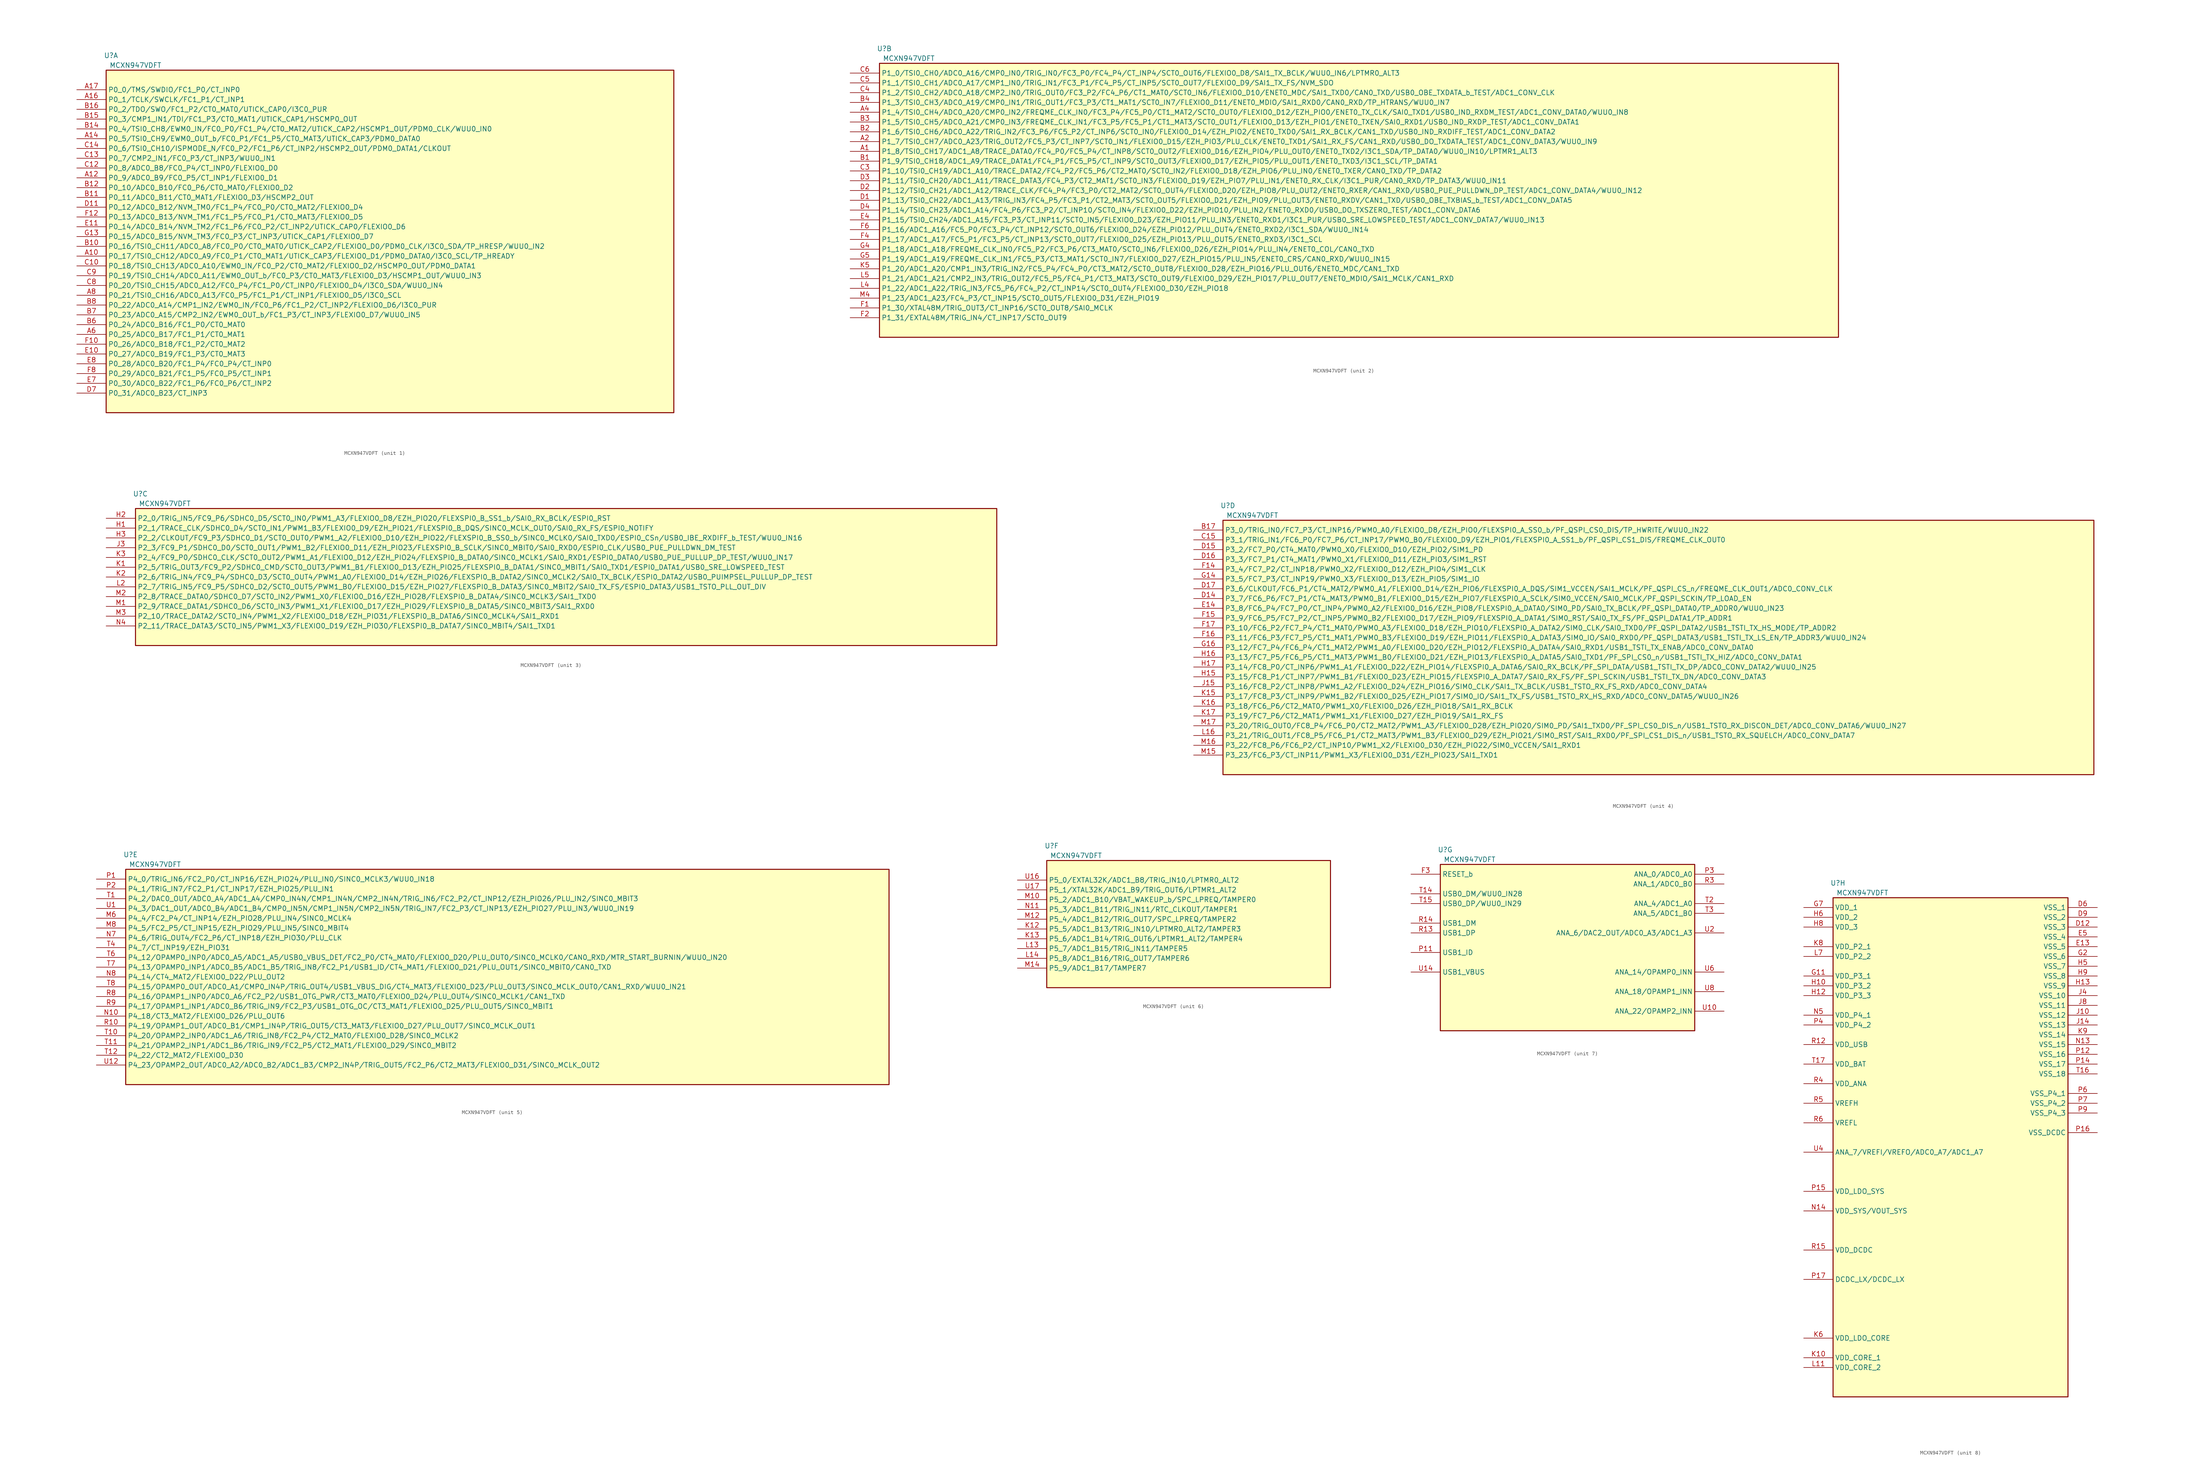
<source format=kicad_sym>
(kicad_symbol_lib
  (version 20231120)
  (generator "kicad_symbol_editor")
  (generator_version "8.0")
  (symbol "MCXN947VDFT"
    (property "Reference" "U"
      (at 1.27 3.81 0)
      (effects (font (size 1.27 1.27))))
    (property "Value" "MCXN947VDFT"
      (at 7.62 1.27 0)
      (effects (font (size 1.27 1.27))))
    (property "Datasheet" ""
      (at 0 0 0)
      (effects (font (size 1.27 1.27))))
    (symbol "MCXN947VDFT_1_0"
      (rectangle (start 147.32 0) (end 0 -88.9) (stroke (width 0.254) (type solid)) (fill (type background)))
      (pin passive line (at -7.62 -48.26 0) (length 7.62) (name "P0_17/TSI0_CH12/ADC0_A9/FC0_P1/CT0_MAT1/UTICK_CAP3/FLEXIO0_D1/PDM0_DATA0/I3C0_SCL/TP_HREADY" (effects (font (size 1.27 1.27)))) (number "A10" (effects (font (size 1.27 1.27)))))
      (pin passive line (at -7.62 -27.94 0) (length 7.62) (name "P0_9/ADC0_B9/FC0_P5/CT_INP1/FLEXIO0_D1" (effects (font (size 1.27 1.27)))) (number "A12" (effects (font (size 1.27 1.27)))))
      (pin passive line (at -7.62 -17.78 0) (length 7.62) (name "P0_5/TSI0_CH9/EWM0_OUT_b/FC0_P1/FC1_P5/CT0_MAT3/UTICK_CAP3/PDM0_DATA0" (effects (font (size 1.27 1.27)))) (number "A14" (effects (font (size 1.27 1.27)))))
      (pin passive line (at -7.62 -7.62 0) (length 7.62) (name "P0_1/TCLK/SWCLK/FC1_P1/CT_INP1" (effects (font (size 1.27 1.27)))) (number "A16" (effects (font (size 1.27 1.27)))))
      (pin passive line (at -7.62 -5.08 0) (length 7.62) (name "P0_0/TMS/SWDIO/FC1_P0/CT_INP0" (effects (font (size 1.27 1.27)))) (number "A17" (effects (font (size 1.27 1.27)))))
      (pin passive line (at -7.62 -68.58 0) (length 7.62) (name "P0_25/ADC0_B17/FC1_P1/CT0_MAT1" (effects (font (size 1.27 1.27)))) (number "A6" (effects (font (size 1.27 1.27)))))
      (pin passive line (at -7.62 -58.42 0) (length 7.62) (name "P0_21/TSI0_CH16/ADC0_A13/FC0_P5/FC1_P1/CT_INP1/FLEXIO0_D5/I3C0_SCL" (effects (font (size 1.27 1.27)))) (number "A8" (effects (font (size 1.27 1.27)))))
      (pin passive line (at -7.62 -45.72 0) (length 7.62) (name "P0_16/TSI0_CH11/ADC0_A8/FC0_P0/CT0_MAT0/UTICK_CAP2/FLEXIO0_D0/PDM0_CLK/I3C0_SDA/TP_HRESP/WUU0_IN2" (effects (font (size 1.27 1.27)))) (number "B10" (effects (font (size 1.27 1.27)))))
      (pin passive line (at -7.62 -33.02 0) (length 7.62) (name "P0_11/ADC0_B11/CT0_MAT1/FLEXIO0_D3/HSCMP2_OUT" (effects (font (size 1.27 1.27)))) (number "B11" (effects (font (size 1.27 1.27)))))
      (pin passive line (at -7.62 -30.48 0) (length 7.62) (name "P0_10/ADC0_B10/FC0_P6/CT0_MAT0/FLEXIO0_D2" (effects (font (size 1.27 1.27)))) (number "B12" (effects (font (size 1.27 1.27)))))
      (pin passive line (at -7.62 -15.24 0) (length 7.62) (name "P0_4/TSI0_CH8/EWM0_IN/FC0_P0/FC1_P4/CT0_MAT2/UTICK_CAP2/HSCMP1_OUT/PDM0_CLK/WUU0_IN0" (effects (font (size 1.27 1.27)))) (number "B14" (effects (font (size 1.27 1.27)))))
      (pin passive line (at -7.62 -12.7 0) (length 7.62) (name "P0_3/CMP1_IN1/TDI/FC1_P3/CT0_MAT1/UTICK_CAP1/HSCMP0_OUT" (effects (font (size 1.27 1.27)))) (number "B15" (effects (font (size 1.27 1.27)))))
      (pin passive line (at -7.62 -10.16 0) (length 7.62) (name "P0_2/TDO/SWO/FC1_P2/CT0_MAT0/UTICK_CAP0/I3C0_PUR" (effects (font (size 1.27 1.27)))) (number "B16" (effects (font (size 1.27 1.27)))))
      (pin passive line (at -7.62 -66.04 0) (length 7.62) (name "P0_24/ADC0_B16/FC1_P0/CT0_MAT0" (effects (font (size 1.27 1.27)))) (number "B6" (effects (font (size 1.27 1.27)))))
      (pin passive line (at -7.62 -63.5 0) (length 7.62) (name "P0_23/ADC0_A15/CMP2_IN2/EWM0_OUT_b/FC1_P3/CT_INP3/FLEXIO0_D7/WUU0_IN5" (effects (font (size 1.27 1.27)))) (number "B7" (effects (font (size 1.27 1.27)))))
      (pin passive line (at -7.62 -60.96 0) (length 7.62) (name "P0_22/ADC0_A14/CMP1_IN2/EWM0_IN/FC0_P6/FC1_P2/CT_INP2/FLEXIO0_D6/I3C0_PUR" (effects (font (size 1.27 1.27)))) (number "B8" (effects (font (size 1.27 1.27)))))
      (pin passive line (at -7.62 -50.8 0) (length 7.62) (name "P0_18/TSI0_CH13/ADC0_A10/EWM0_IN/FC0_P2/CT0_MAT2/FLEXIO0_D2/HSCMP0_OUT/PDM0_DATA1" (effects (font (size 1.27 1.27)))) (number "C10" (effects (font (size 1.27 1.27)))))
      (pin passive line (at -7.62 -25.4 0) (length 7.62) (name "P0_8/ADC0_B8/FC0_P4/CT_INP0/FLEXIO0_D0" (effects (font (size 1.27 1.27)))) (number "C12" (effects (font (size 1.27 1.27)))))
      (pin passive line (at -7.62 -22.86 0) (length 7.62) (name "P0_7/CMP2_IN1/FC0_P3/CT_INP3/WUU0_IN1" (effects (font (size 1.27 1.27)))) (number "C13" (effects (font (size 1.27 1.27)))))
      (pin passive line (at -7.62 -20.32 0) (length 7.62) (name "P0_6/TSI0_CH10/ISPMODE_N/FC0_P2/FC1_P6/CT_INP2/HSCMP2_OUT/PDM0_DATA1/CLKOUT" (effects (font (size 1.27 1.27)))) (number "C14" (effects (font (size 1.27 1.27)))))
      (pin passive line (at -7.62 -55.88 0) (length 7.62) (name "P0_20/TSI0_CH15/ADC0_A12/FC0_P4/FC1_P0/CT_INP0/FLEXIO0_D4/I3C0_SDA/WUU0_IN4" (effects (font (size 1.27 1.27)))) (number "C8" (effects (font (size 1.27 1.27)))))
      (pin passive line (at -7.62 -53.34 0) (length 7.62) (name "P0_19/TSI0_CH14/ADC0_A11/EWM0_OUT_b/FC0_P3/CT0_MAT3/FLEXIO0_D3/HSCMP1_OUT/WUU0_IN3" (effects (font (size 1.27 1.27)))) (number "C9" (effects (font (size 1.27 1.27)))))
      (pin passive line (at -7.62 -35.56 0) (length 7.62) (name "P0_12/ADC0_B12/NVM_TM0/FC1_P4/FC0_P0/CT0_MAT2/FLEXIO0_D4" (effects (font (size 1.27 1.27)))) (number "D11" (effects (font (size 1.27 1.27)))))
      (pin passive line (at -7.62 -83.82 0) (length 7.62) (name "P0_31/ADC0_B23/CT_INP3" (effects (font (size 1.27 1.27)))) (number "D7" (effects (font (size 1.27 1.27)))))
      (pin passive line (at -7.62 -73.66 0) (length 7.62) (name "P0_27/ADC0_B19/FC1_P3/CT0_MAT3" (effects (font (size 1.27 1.27)))) (number "E10" (effects (font (size 1.27 1.27)))))
      (pin passive line (at -7.62 -40.64 0) (length 7.62) (name "P0_14/ADC0_B14/NVM_TM2/FC1_P6/FC0_P2/CT_INP2/UTICK_CAP0/FLEXIO0_D6" (effects (font (size 1.27 1.27)))) (number "E11" (effects (font (size 1.27 1.27)))))
      (pin passive line (at -7.62 -81.28 0) (length 7.62) (name "P0_30/ADC0_B22/FC1_P6/FC0_P6/CT_INP2" (effects (font (size 1.27 1.27)))) (number "E7" (effects (font (size 1.27 1.27)))))
      (pin passive line (at -7.62 -76.2 0) (length 7.62) (name "P0_28/ADC0_B20/FC1_P4/FC0_P4/CT_INP0" (effects (font (size 1.27 1.27)))) (number "E8" (effects (font (size 1.27 1.27)))))
      (pin passive line (at -7.62 -71.12 0) (length 7.62) (name "P0_26/ADC0_B18/FC1_P2/CT0_MAT2" (effects (font (size 1.27 1.27)))) (number "F10" (effects (font (size 1.27 1.27)))))
      (pin passive line (at -7.62 -38.1 0) (length 7.62) (name "P0_13/ADC0_B13/NVM_TM1/FC1_P5/FC0_P1/CT0_MAT3/FLEXIO0_D5" (effects (font (size 1.27 1.27)))) (number "F12" (effects (font (size 1.27 1.27)))))
      (pin passive line (at -7.62 -78.74 0) (length 7.62) (name "P0_29/ADC0_B21/FC1_P5/FC0_P5/CT_INP1" (effects (font (size 1.27 1.27)))) (number "F8" (effects (font (size 1.27 1.27)))))
      (pin passive line (at -7.62 -43.18 0) (length 7.62) (name "P0_15/ADC0_B15/NVM_TM3/FC0_P3/CT_INP3/UTICK_CAP1/FLEXIO0_D7" (effects (font (size 1.27 1.27)))) (number "G13" (effects (font (size 1.27 1.27))))))
    (symbol "MCXN947VDFT_2_0"
      (rectangle (start 248.92 0) (end 0 -71.12) (stroke (width 0.254) (type solid)) (fill (type background)))
      (pin passive line (at -7.62 -22.86 0) (length 7.62) (name "P1_8/TSI0_CH17/ADC1_A8/TRACE_DATA0/FC4_P0/FC5_P4/CT_INP8/SCT0_OUT2/FLEXIO0_D16/EZH_PIO4/PLU_OUT0/ENET0_TXD2/I3C1_SDA/TP_DATA0/WUU0_IN10/LPTMR1_ALT3" (effects (font (size 1.27 1.27)))) (number "A1" (effects (font (size 1.27 1.27)))))
      (pin passive line (at -7.62 -20.32 0) (length 7.62) (name "P1_7/TSI0_CH7/ADC0_A23/TRIG_OUT2/FC5_P3/CT_INP7/SCT0_IN1/FLEXIO0_D15/EZH_PIO3/PLU_CLK/ENET0_TXD1/SAI1_RX_FS/CAN1_RXD/USB0_DO_TXDATA_TEST/ADC1_CONV_DATA3/WUU0_IN9" (effects (font (size 1.27 1.27)))) (number "A2" (effects (font (size 1.27 1.27)))))
      (pin passive line (at -7.62 -12.7 0) (length 7.62) (name "P1_4/TSI0_CH4/ADC0_A20/CMP0_IN2/FREQME_CLK_IN0/FC3_P4/FC5_P0/CT1_MAT2/SCT0_OUT0/FLEXIO0_D12/EZH_PIO0/ENET0_TX_CLK/SAI0_TXD1/USB0_IND_RXDM_TEST/ADC1_CONV_DATA0/WUU0_IN8" (effects (font (size 1.27 1.27)))) (number "A4" (effects (font (size 1.27 1.27)))))
      (pin passive line (at -7.62 -25.4 0) (length 7.62) (name "P1_9/TSI0_CH18/ADC1_A9/TRACE_DATA1/FC4_P1/FC5_P5/CT_INP9/SCT0_OUT3/FLEXIO0_D17/EZH_PIO5/PLU_OUT1/ENET0_TXD3/I3C1_SCL/TP_DATA1" (effects (font (size 1.27 1.27)))) (number "B1" (effects (font (size 1.27 1.27)))))
      (pin passive line (at -7.62 -17.78 0) (length 7.62) (name "P1_6/TSI0_CH6/ADC0_A22/TRIG_IN2/FC3_P6/FC5_P2/CT_INP6/SCT0_IN0/FLEXIO0_D14/EZH_PIO2/ENET0_TXD0/SAI1_RX_BCLK/CAN1_TXD/USB0_IND_RXDIFF_TEST/ADC1_CONV_DATA2" (effects (font (size 1.27 1.27)))) (number "B2" (effects (font (size 1.27 1.27)))))
      (pin passive line (at -7.62 -15.24 0) (length 7.62) (name "P1_5/TSI0_CH5/ADC0_A21/CMP0_IN3/FREQME_CLK_IN1/FC3_P5/FC5_P1/CT1_MAT3/SCT0_OUT1/FLEXIO0_D13/EZH_PIO1/ENET0_TXEN/SAI0_RXD1/USB0_IND_RXDP_TEST/ADC1_CONV_DATA1" (effects (font (size 1.27 1.27)))) (number "B3" (effects (font (size 1.27 1.27)))))
      (pin passive line (at -7.62 -10.16 0) (length 7.62) (name "P1_3/TSI0_CH3/ADC0_A19/CMP0_IN1/TRIG_OUT1/FC3_P3/CT1_MAT1/SCT0_IN7/FLEXIO0_D11/ENET0_MDIO/SAI1_RXD0/CAN0_RXD/TP_HTRANS/WUU0_IN7" (effects (font (size 1.27 1.27)))) (number "B4" (effects (font (size 1.27 1.27)))))
      (pin passive line (at -7.62 -27.94 0) (length 7.62) (name "P1_10/TSI0_CH19/ADC1_A10/TRACE_DATA2/FC4_P2/FC5_P6/CT2_MAT0/SCT0_IN2/FLEXIO0_D18/EZH_PIO6/PLU_IN0/ENET0_TXER/CAN0_TXD/TP_DATA2" (effects (font (size 1.27 1.27)))) (number "C3" (effects (font (size 1.27 1.27)))))
      (pin passive line (at -7.62 -7.62 0) (length 7.62) (name "P1_2/TSI0_CH2/ADC0_A18/CMP2_IN0/TRIG_OUT0/FC3_P2/FC4_P6/CT1_MAT0/SCT0_IN6/FLEXIO0_D10/ENET0_MDC/SAI1_TXD0/CAN0_TXD/USB0_OBE_TXDATA_b_TEST/ADC1_CONV_CLK" (effects (font (size 1.27 1.27)))) (number "C4" (effects (font (size 1.27 1.27)))))
      (pin passive line (at -7.62 -5.08 0) (length 7.62) (name "P1_1/TSI0_CH1/ADC0_A17/CMP1_IN0/TRIG_IN1/FC3_P1/FC4_P5/CT_INP5/SCT0_OUT7/FLEXIO0_D9/SAI1_TX_FS/NVM_SDO" (effects (font (size 1.27 1.27)))) (number "C5" (effects (font (size 1.27 1.27)))))
      (pin passive line (at -7.62 -2.54 0) (length 7.62) (name "P1_0/TSI0_CH0/ADC0_A16/CMP0_IN0/TRIG_IN0/FC3_P0/FC4_P4/CT_INP4/SCT0_OUT6/FLEXIO0_D8/SAI1_TX_BCLK/WUU0_IN6/LPTMR0_ALT3" (effects (font (size 1.27 1.27)))) (number "C6" (effects (font (size 1.27 1.27)))))
      (pin passive line (at -7.62 -35.56 0) (length 7.62) (name "P1_13/TSI0_CH22/ADC1_A13/TRIG_IN3/FC4_P5/FC3_P1/CT2_MAT3/SCT0_OUT5/FLEXIO0_D21/EZH_PIO9/PLU_OUT3/ENET0_RXDV/CAN1_TXD/USB0_OBE_TXBIAS_b_TEST/ADC1_CONV_DATA5" (effects (font (size 1.27 1.27)))) (number "D1" (effects (font (size 1.27 1.27)))))
      (pin passive line (at -7.62 -33.02 0) (length 7.62) (name "P1_12/TSI0_CH21/ADC1_A12/TRACE_CLK/FC4_P4/FC3_P0/CT2_MAT2/SCT0_OUT4/FLEXIO0_D20/EZH_PIO8/PLU_OUT2/ENET0_RXER/CAN1_RXD/USB0_PUE_PULLDWN_DP_TEST/ADC1_CONV_DATA4/WUU0_IN12" (effects (font (size 1.27 1.27)))) (number "D2" (effects (font (size 1.27 1.27)))))
      (pin passive line (at -7.62 -30.48 0) (length 7.62) (name "P1_11/TSI0_CH20/ADC1_A11/TRACE_DATA3/FC4_P3/CT2_MAT1/SCT0_IN3/FLEXIO0_D19/EZH_PIO7/PLU_IN1/ENET0_RX_CLK/I3C1_PUR/CAN0_RXD/TP_DATA3/WUU0_IN11" (effects (font (size 1.27 1.27)))) (number "D3" (effects (font (size 1.27 1.27)))))
      (pin passive line (at -7.62 -38.1 0) (length 7.62) (name "P1_14/TSI0_CH23/ADC1_A14/FC4_P6/FC3_P2/CT_INP10/SCT0_IN4/FLEXIO0_D22/EZH_PIO10/PLU_IN2/ENET0_RXD0/USB0_DO_TXSZERO_TEST/ADC1_CONV_DATA6" (effects (font (size 1.27 1.27)))) (number "D4" (effects (font (size 1.27 1.27)))))
      (pin passive line (at -7.62 -40.64 0) (length 7.62) (name "P1_15/TSI0_CH24/ADC1_A15/FC3_P3/CT_INP11/SCT0_IN5/FLEXIO0_D23/EZH_PIO11/PLU_IN3/ENET0_RXD1/I3C1_PUR/USB0_SRE_LOWSPEED_TEST/ADC1_CONV_DATA7/WUU0_IN13" (effects (font (size 1.27 1.27)))) (number "E4" (effects (font (size 1.27 1.27)))))
      (pin passive line (at -7.62 -63.5 0) (length 7.62) (name "P1_30/XTAL48M/TRIG_OUT3/CT_INP16/SCT0_OUT8/SAI0_MCLK" (effects (font (size 1.27 1.27)))) (number "F1" (effects (font (size 1.27 1.27)))))
      (pin passive line (at -7.62 -66.04 0) (length 7.62) (name "P1_31/EXTAL48M/TRIG_IN4/CT_INP17/SCT0_OUT9" (effects (font (size 1.27 1.27)))) (number "F2" (effects (font (size 1.27 1.27)))))
      (pin passive line (at -7.62 -45.72 0) (length 7.62) (name "P1_17/ADC1_A17/FC5_P1/FC3_P5/CT_INP13/SCT0_OUT7/FLEXIO0_D25/EZH_PIO13/PLU_OUT5/ENET0_RXD3/I3C1_SCL" (effects (font (size 1.27 1.27)))) (number "F4" (effects (font (size 1.27 1.27)))))
      (pin passive line (at -7.62 -43.18 0) (length 7.62) (name "P1_16/ADC1_A16/FC5_P0/FC3_P4/CT_INP12/SCT0_OUT6/FLEXIO0_D24/EZH_PIO12/PLU_OUT4/ENET0_RXD2/I3C1_SDA/WUU0_IN14" (effects (font (size 1.27 1.27)))) (number "F6" (effects (font (size 1.27 1.27)))))
      (pin passive line (at -7.62 -48.26 0) (length 7.62) (name "P1_18/ADC1_A18/FREQME_CLK_IN0/FC5_P2/FC3_P6/CT3_MAT0/SCT0_IN6/FLEXIO0_D26/EZH_PIO14/PLU_IN4/ENET0_COL/CAN0_TXD" (effects (font (size 1.27 1.27)))) (number "G4" (effects (font (size 1.27 1.27)))))
      (pin passive line (at -7.62 -50.8 0) (length 7.62) (name "P1_19/ADC1_A19/FREQME_CLK_IN1/FC5_P3/CT3_MAT1/SCT0_IN7/FLEXIO0_D27/EZH_PIO15/PLU_IN5/ENET0_CRS/CAN0_RXD/WUU0_IN15" (effects (font (size 1.27 1.27)))) (number "G5" (effects (font (size 1.27 1.27)))))
      (pin passive line (at -7.62 -53.34 0) (length 7.62) (name "P1_20/ADC1_A20/CMP1_IN3/TRIG_IN2/FC5_P4/FC4_P0/CT3_MAT2/SCT0_OUT8/FLEXIO0_D28/EZH_PIO16/PLU_OUT6/ENET0_MDC/CAN1_TXD" (effects (font (size 1.27 1.27)))) (number "K5" (effects (font (size 1.27 1.27)))))
      (pin passive line (at -7.62 -58.42 0) (length 7.62) (name "P1_22/ADC1_A22/TRIG_IN3/FC5_P6/FC4_P2/CT_INP14/SCT0_OUT4/FLEXIO0_D30/EZH_PIO18" (effects (font (size 1.27 1.27)))) (number "L4" (effects (font (size 1.27 1.27)))))
      (pin passive line (at -7.62 -55.88 0) (length 7.62) (name "P1_21/ADC1_A21/CMP2_IN3/TRIG_OUT2/FC5_P5/FC4_P1/CT3_MAT3/SCT0_OUT9/FLEXIO0_D29/EZH_PIO17/PLU_OUT7/ENET0_MDIO/SAI1_MCLK/CAN1_RXD" (effects (font (size 1.27 1.27)))) (number "L5" (effects (font (size 1.27 1.27)))))
      (pin passive line (at -7.62 -60.96 0) (length 7.62) (name "P1_23/ADC1_A23/FC4_P3/CT_INP15/SCT0_OUT5/FLEXIO0_D31/EZH_PIO19" (effects (font (size 1.27 1.27)))) (number "M4" (effects (font (size 1.27 1.27))))))
    (symbol "MCXN947VDFT_3_0"
      (rectangle (start 223.52 0) (end 0 -35.56) (stroke (width 0.254) (type solid)) (fill (type background)))
      (pin passive line (at -7.62 -5.08 0) (length 7.62) (name "P2_1/TRACE_CLK/SDHC0_D4/SCT0_IN1/PWM1_B3/FLEXIO0_D9/EZH_PIO21/FLEXSPI0_B_DQS/SINC0_MCLK_OUT0/SAI0_RX_FS/ESPI0_NOTIFY" (effects (font (size 1.27 1.27)))) (number "H1" (effects (font (size 1.27 1.27)))))
      (pin passive line (at -7.62 -2.54 0) (length 7.62) (name "P2_0/TRIG_IN5/FC9_P6/SDHC0_D5/SCT0_IN0/PWM1_A3/FLEXIO0_D8/EZH_PIO20/FLEXSPI0_B_SS1_b/SAI0_RX_BCLK/ESPI0_RST" (effects (font (size 1.27 1.27)))) (number "H2" (effects (font (size 1.27 1.27)))))
      (pin passive line (at -7.62 -7.62 0) (length 7.62) (name "P2_2/CLKOUT/FC9_P3/SDHC0_D1/SCT0_OUT0/PWM1_A2/FLEXIO0_D10/EZH_PIO22/FLEXSPI0_B_SS0_b/SINC0_MCLK0/SAI0_TXD0/ESPI0_CSn/USB0_IBE_RXDIFF_b_TEST/WUU0_IN16" (effects (font (size 1.27 1.27)))) (number "H3" (effects (font (size 1.27 1.27)))))
      (pin passive line (at -7.62 -10.16 0) (length 7.62) (name "P2_3/FC9_P1/SDHC0_D0/SCT0_OUT1/PWM1_B2/FLEXIO0_D11/EZH_PIO23/FLEXSPI0_B_SCLK/SINC0_MBIT0/SAI0_RXD0/ESPI0_CLK/USB0_PUE_PULLDWN_DM_TEST" (effects (font (size 1.27 1.27)))) (number "J3" (effects (font (size 1.27 1.27)))))
      (pin passive line (at -7.62 -15.24 0) (length 7.62) (name "P2_5/TRIG_OUT3/FC9_P2/SDHC0_CMD/SCT0_OUT3/PWM1_B1/FLEXIO0_D13/EZH_PIO25/FLEXSPI0_B_DATA1/SINC0_MBIT1/SAI0_TXD1/ESPI0_DATA1/USB0_SRE_LOWSPEED_TEST" (effects (font (size 1.27 1.27)))) (number "K1" (effects (font (size 1.27 1.27)))))
      (pin passive line (at -7.62 -17.78 0) (length 7.62) (name "P2_6/TRIG_IN4/FC9_P4/SDHC0_D3/SCT0_OUT4/PWM1_A0/FLEXIO0_D14/EZH_PIO26/FLEXSPI0_B_DATA2/SINC0_MCLK2/SAI0_TX_BCLK/ESPI0_DATA2/USB0_PUIMPSEL_PULLUP_DP_TEST" (effects (font (size 1.27 1.27)))) (number "K2" (effects (font (size 1.27 1.27)))))
      (pin passive line (at -7.62 -12.7 0) (length 7.62) (name "P2_4/FC9_P0/SDHC0_CLK/SCT0_OUT2/PWM1_A1/FLEXIO0_D12/EZH_PIO24/FLEXSPI0_B_DATA0/SINC0_MCLK1/SAI0_RXD1/ESPI0_DATA0/USB0_PUE_PULLUP_DP_TEST/WUU0_IN17" (effects (font (size 1.27 1.27)))) (number "K3" (effects (font (size 1.27 1.27)))))
      (pin passive line (at -7.62 -20.32 0) (length 7.62) (name "P2_7/TRIG_IN5/FC9_P5/SDHC0_D2/SCT0_OUT5/PWM1_B0/FLEXIO0_D15/EZH_PIO27/FLEXSPI0_B_DATA3/SINC0_MBIT2/SAI0_TX_FS/ESPI0_DATA3/USB1_TSTO_PLL_OUT_DIV" (effects (font (size 1.27 1.27)))) (number "L2" (effects (font (size 1.27 1.27)))))
      (pin passive line (at -7.62 -25.4 0) (length 7.62) (name "P2_9/TRACE_DATA1/SDHC0_D6/SCT0_IN3/PWM1_X1/FLEXIO0_D17/EZH_PIO29/FLEXSPI0_B_DATA5/SINC0_MBIT3/SAI1_RXD0" (effects (font (size 1.27 1.27)))) (number "M1" (effects (font (size 1.27 1.27)))))
      (pin passive line (at -7.62 -22.86 0) (length 7.62) (name "P2_8/TRACE_DATA0/SDHC0_D7/SCT0_IN2/PWM1_X0/FLEXIO0_D16/EZH_PIO28/FLEXSPI0_B_DATA4/SINC0_MCLK3/SAI1_TXD0" (effects (font (size 1.27 1.27)))) (number "M2" (effects (font (size 1.27 1.27)))))
      (pin passive line (at -7.62 -27.94 0) (length 7.62) (name "P2_10/TRACE_DATA2/SCT0_IN4/PWM1_X2/FLEXIO0_D18/EZH_PIO31/FLEXSPI0_B_DATA6/SINC0_MCLK4/SAI1_RXD1" (effects (font (size 1.27 1.27)))) (number "M3" (effects (font (size 1.27 1.27)))))
      (pin passive line (at -7.62 -30.48 0) (length 7.62) (name "P2_11/TRACE_DATA3/SCT0_IN5/PWM1_X3/FLEXIO0_D19/EZH_PIO30/FLEXSPI0_B_DATA7/SINC0_MBIT4/SAI1_TXD1" (effects (font (size 1.27 1.27)))) (number "N4" (effects (font (size 1.27 1.27))))))
    (symbol "MCXN947VDFT_4_0"
      (rectangle (start 226.06 0) (end 0 -66.04) (stroke (width 0.254) (type solid)) (fill (type background)))
      (pin passive line (at -7.62 -2.54 0) (length 7.62) (name "P3_0/TRIG_IN0/FC7_P3/CT_INP16/PWM0_A0/FLEXIO0_D8/EZH_PIO0/FLEXSPI0_A_SS0_b/PF_QSPI_CS0_DIS/TP_HWRITE/WUU0_IN22" (effects (font (size 1.27 1.27)))) (number "B17" (effects (font (size 1.27 1.27)))))
      (pin passive line (at -7.62 -5.08 0) (length 7.62) (name "P3_1/TRIG_IN1/FC6_P0/FC7_P6/CT_INP17/PWM0_B0/FLEXIO0_D9/EZH_PIO1/FLEXSPI0_A_SS1_b/PF_QSPI_CS1_DIS/FREQME_CLK_OUT0" (effects (font (size 1.27 1.27)))) (number "C15" (effects (font (size 1.27 1.27)))))
      (pin passive line (at -7.62 -20.32 0) (length 7.62) (name "P3_7/FC6_P6/FC7_P1/CT4_MAT3/PWM0_B1/FLEXIO0_D15/EZH_PIO7/FLEXSPI0_A_SCLK/SIM0_VCCEN/SAI0_MCLK/PF_QSPI_SCKIN/TP_LOAD_EN" (effects (font (size 1.27 1.27)))) (number "D14" (effects (font (size 1.27 1.27)))))
      (pin passive line (at -7.62 -7.62 0) (length 7.62) (name "P3_2/FC7_P0/CT4_MAT0/PWM0_X0/FLEXIO0_D10/EZH_PIO2/SIM1_PD" (effects (font (size 1.27 1.27)))) (number "D15" (effects (font (size 1.27 1.27)))))
      (pin passive line (at -7.62 -10.16 0) (length 7.62) (name "P3_3/FC7_P1/CT4_MAT1/PWM0_X1/FLEXIO0_D11/EZH_PIO3/SIM1_RST" (effects (font (size 1.27 1.27)))) (number "D16" (effects (font (size 1.27 1.27)))))
      (pin passive line (at -7.62 -17.78 0) (length 7.62) (name "P3_6/CLKOUT/FC6_P1/CT4_MAT2/PWM0_A1/FLEXIO0_D14/EZH_PIO6/FLEXSPI0_A_DQS/SIM1_VCCEN/SAI1_MCLK/PF_QSPI_CS_n/FREQME_CLK_OUT1/ADC0_CONV_CLK" (effects (font (size 1.27 1.27)))) (number "D17" (effects (font (size 1.27 1.27)))))
      (pin passive line (at -7.62 -22.86 0) (length 7.62) (name "P3_8/FC6_P4/FC7_P0/CT_INP4/PWM0_A2/FLEXIO0_D16/EZH_PIO8/FLEXSPI0_A_DATA0/SIM0_PD/SAI0_TX_BCLK/PF_QSPI_DATA0/TP_ADDR0/WUU0_IN23" (effects (font (size 1.27 1.27)))) (number "E14" (effects (font (size 1.27 1.27)))))
      (pin passive line (at -7.62 -12.7 0) (length 7.62) (name "P3_4/FC7_P2/CT_INP18/PWM0_X2/FLEXIO0_D12/EZH_PIO4/SIM1_CLK" (effects (font (size 1.27 1.27)))) (number "F14" (effects (font (size 1.27 1.27)))))
      (pin passive line (at -7.62 -25.4 0) (length 7.62) (name "P3_9/FC6_P5/FC7_P2/CT_INP5/PWM0_B2/FLEXIO0_D17/EZH_PIO9/FLEXSPI0_A_DATA1/SIM0_RST/SAI0_TX_FS/PF_QSPI_DATA1/TP_ADDR1" (effects (font (size 1.27 1.27)))) (number "F15" (effects (font (size 1.27 1.27)))))
      (pin passive line (at -7.62 -30.48 0) (length 7.62) (name "P3_11/FC6_P3/FC7_P5/CT1_MAT1/PWM0_B3/FLEXIO0_D19/EZH_PIO11/FLEXSPI0_A_DATA3/SIM0_IO/SAI0_RXD0/PF_QSPI_DATA3/USB1_TSTI_TX_LS_EN/TP_ADDR3/WUU0_IN24" (effects (font (size 1.27 1.27)))) (number "F16" (effects (font (size 1.27 1.27)))))
      (pin passive line (at -7.62 -27.94 0) (length 7.62) (name "P3_10/FC6_P2/FC7_P4/CT1_MAT0/PWM0_A3/FLEXIO0_D18/EZH_PIO10/FLEXSPI0_A_DATA2/SIM0_CLK/SAI0_TXD0/PF_QSPI_DATA2/USB1_TSTI_TX_HS_MODE/TP_ADDR2" (effects (font (size 1.27 1.27)))) (number "F17" (effects (font (size 1.27 1.27)))))
      (pin passive line (at -7.62 -15.24 0) (length 7.62) (name "P3_5/FC7_P3/CT_INP19/PWM0_X3/FLEXIO0_D13/EZH_PIO5/SIM1_IO" (effects (font (size 1.27 1.27)))) (number "G14" (effects (font (size 1.27 1.27)))))
      (pin passive line (at -7.62 -33.02 0) (length 7.62) (name "P3_12/FC7_P4/FC6_P4/CT1_MAT2/PWM1_A0/FLEXIO0_D20/EZH_PIO12/FLEXSPI0_A_DATA4/SAI0_RXD1/USB1_TSTI_TX_ENAB/ADC0_CONV_DATA0" (effects (font (size 1.27 1.27)))) (number "G16" (effects (font (size 1.27 1.27)))))
      (pin passive line (at -7.62 -40.64 0) (length 7.62) (name "P3_15/FC8_P1/CT_INP7/PWM1_B1/FLEXIO0_D23/EZH_PIO15/FLEXSPI0_A_DATA7/SAI0_RX_FS/PF_SPI_SCKIN/USB1_TSTI_TX_DN/ADC0_CONV_DATA3" (effects (font (size 1.27 1.27)))) (number "H15" (effects (font (size 1.27 1.27)))))
      (pin passive line (at -7.62 -35.56 0) (length 7.62) (name "P3_13/FC7_P5/FC6_P5/CT1_MAT3/PWM1_B0/FLEXIO0_D21/EZH_PIO13/FLEXSPI0_A_DATA5/SAI0_TXD1/PF_SPI_CS0_n/USB1_TSTI_TX_HIZ/ADC0_CONV_DATA1" (effects (font (size 1.27 1.27)))) (number "H16" (effects (font (size 1.27 1.27)))))
      (pin passive line (at -7.62 -38.1 0) (length 7.62) (name "P3_14/FC8_P0/CT_INP6/PWM1_A1/FLEXIO0_D22/EZH_PIO14/FLEXSPI0_A_DATA6/SAI0_RX_BCLK/PF_SPI_DATA/USB1_TSTI_TX_DP/ADC0_CONV_DATA2/WUU0_IN25" (effects (font (size 1.27 1.27)))) (number "H17" (effects (font (size 1.27 1.27)))))
      (pin passive line (at -7.62 -43.18 0) (length 7.62) (name "P3_16/FC8_P2/CT_INP8/PWM1_A2/FLEXIO0_D24/EZH_PIO16/SIM0_CLK/SAI1_TX_BCLK/USB1_TSTO_RX_FS_RXD/ADC0_CONV_DATA4" (effects (font (size 1.27 1.27)))) (number "J15" (effects (font (size 1.27 1.27)))))
      (pin passive line (at -7.62 -45.72 0) (length 7.62) (name "P3_17/FC8_P3/CT_INP9/PWM1_B2/FLEXIO0_D25/EZH_PIO17/SIM0_IO/SAI1_TX_FS/USB1_TSTO_RX_HS_RXD/ADC0_CONV_DATA5/WUU0_IN26" (effects (font (size 1.27 1.27)))) (number "K15" (effects (font (size 1.27 1.27)))))
      (pin passive line (at -7.62 -48.26 0) (length 7.62) (name "P3_18/FC6_P6/CT2_MAT0/PWM1_X0/FLEXIO0_D26/EZH_PIO18/SAI1_RX_BCLK" (effects (font (size 1.27 1.27)))) (number "K16" (effects (font (size 1.27 1.27)))))
      (pin passive line (at -7.62 -50.8 0) (length 7.62) (name "P3_19/FC7_P6/CT2_MAT1/PWM1_X1/FLEXIO0_D27/EZH_PIO19/SAI1_RX_FS" (effects (font (size 1.27 1.27)))) (number "K17" (effects (font (size 1.27 1.27)))))
      (pin passive line (at -7.62 -55.88 0) (length 7.62) (name "P3_21/TRIG_OUT1/FC8_P5/FC6_P1/CT2_MAT3/PWM1_B3/FLEXIO0_D29/EZH_PIO21/SIM0_RST/SAI1_RXD0/PF_SPI_CS1_DIS_n/USB1_TSTO_RX_SQUELCH/ADC0_CONV_DATA7" (effects (font (size 1.27 1.27)))) (number "L16" (effects (font (size 1.27 1.27)))))
      (pin passive line (at -7.62 -60.96 0) (length 7.62) (name "P3_23/FC6_P3/CT_INP11/PWM1_X3/FLEXIO0_D31/EZH_PIO23/SAI1_TXD1" (effects (font (size 1.27 1.27)))) (number "M15" (effects (font (size 1.27 1.27)))))
      (pin passive line (at -7.62 -58.42 0) (length 7.62) (name "P3_22/FC8_P6/FC6_P2/CT_INP10/PWM1_X2/FLEXIO0_D30/EZH_PIO22/SIM0_VCCEN/SAI1_RXD1" (effects (font (size 1.27 1.27)))) (number "M16" (effects (font (size 1.27 1.27)))))
      (pin passive line (at -7.62 -53.34 0) (length 7.62) (name "P3_20/TRIG_OUT0/FC8_P4/FC6_P0/CT2_MAT2/PWM1_A3/FLEXIO0_D28/EZH_PIO20/SIM0_PD/SAI1_TXD0/PF_SPI_CS0_DIS_n/USB1_TSTO_RX_DISCON_DET/ADC0_CONV_DATA6/WUU0_IN27" (effects (font (size 1.27 1.27)))) (number "M17" (effects (font (size 1.27 1.27))))))
    (symbol "MCXN947VDFT_5_0"
      (rectangle (start 198.12 0) (end 0 -55.88) (stroke (width 0.254) (type solid)) (fill (type background)))
      (pin passive line (at -7.62 -12.7 0) (length 7.62) (name "P4_4/FC2_P4/CT_INP14/EZH_PIO28/PLU_IN4/SINC0_MCLK4" (effects (font (size 1.27 1.27)))) (number "M6" (effects (font (size 1.27 1.27)))))
      (pin passive line (at -7.62 -15.24 0) (length 7.62) (name "P4_5/FC2_P5/CT_INP15/EZH_PIO29/PLU_IN5/SINC0_MBIT4" (effects (font (size 1.27 1.27)))) (number "M8" (effects (font (size 1.27 1.27)))))
      (pin passive line (at -7.62 -38.1 0) (length 7.62) (name "P4_18/CT3_MAT2/FLEXIO0_D26/PLU_OUT6" (effects (font (size 1.27 1.27)))) (number "N10" (effects (font (size 1.27 1.27)))))
      (pin passive line (at -7.62 -17.78 0) (length 7.62) (name "P4_6/TRIG_OUT4/FC2_P6/CT_INP18/EZH_PIO30/PLU_CLK" (effects (font (size 1.27 1.27)))) (number "N7" (effects (font (size 1.27 1.27)))))
      (pin passive line (at -7.62 -27.94 0) (length 7.62) (name "P4_14/CT4_MAT2/FLEXIO0_D22/PLU_OUT2" (effects (font (size 1.27 1.27)))) (number "N8" (effects (font (size 1.27 1.27)))))
      (pin passive line (at -7.62 -2.54 0) (length 7.62) (name "P4_0/TRIG_IN6/FC2_P0/CT_INP16/EZH_PIO24/PLU_IN0/SINC0_MCLK3/WUU0_IN18" (effects (font (size 1.27 1.27)))) (number "P1" (effects (font (size 1.27 1.27)))))
      (pin passive line (at -7.62 -5.08 0) (length 7.62) (name "P4_1/TRIG_IN7/FC2_P1/CT_INP17/EZH_PIO25/PLU_IN1" (effects (font (size 1.27 1.27)))) (number "P2" (effects (font (size 1.27 1.27)))))
      (pin passive line (at -7.62 -40.64 0) (length 7.62) (name "P4_19/OPAMP1_OUT/ADC0_B1/CMP1_IN4P/TRIG_OUT5/CT3_MAT3/FLEXIO0_D27/PLU_OUT7/SINC0_MCLK_OUT1" (effects (font (size 1.27 1.27)))) (number "R10" (effects (font (size 1.27 1.27)))))
      (pin passive line (at -7.62 -33.02 0) (length 7.62) (name "P4_16/OPAMP1_INP0/ADC0_A6/FC2_P2/USB1_OTG_PWR/CT3_MAT0/FLEXIO0_D24/PLU_OUT4/SINC0_MCLK1/CAN1_TXD" (effects (font (size 1.27 1.27)))) (number "R8" (effects (font (size 1.27 1.27)))))
      (pin passive line (at -7.62 -35.56 0) (length 7.62) (name "P4_17/OPAMP1_INP1/ADC0_B6/TRIG_IN9/FC2_P3/USB1_OTG_OC/CT3_MAT1/FLEXIO0_D25/PLU_OUT5/SINC0_MBIT1" (effects (font (size 1.27 1.27)))) (number "R9" (effects (font (size 1.27 1.27)))))
      (pin passive line (at -7.62 -7.62 0) (length 7.62) (name "P4_2/DAC0_OUT/ADC0_A4/ADC1_A4/CMP0_IN4N/CMP1_IN4N/CMP2_IN4N/TRIG_IN6/FC2_P2/CT_INP12/EZH_PIO26/PLU_IN2/SINC0_MBIT3" (effects (font (size 1.27 1.27)))) (number "T1" (effects (font (size 1.27 1.27)))))
      (pin passive line (at -7.62 -43.18 0) (length 7.62) (name "P4_20/OPAMP2_INP0/ADC1_A6/TRIG_IN8/FC2_P4/CT2_MAT0/FLEXIO0_D28/SINC0_MCLK2" (effects (font (size 1.27 1.27)))) (number "T10" (effects (font (size 1.27 1.27)))))
      (pin passive line (at -7.62 -45.72 0) (length 7.62) (name "P4_21/OPAMP2_INP1/ADC1_B6/TRIG_IN9/FC2_P5/CT2_MAT1/FLEXIO0_D29/SINC0_MBIT2" (effects (font (size 1.27 1.27)))) (number "T11" (effects (font (size 1.27 1.27)))))
      (pin passive line (at -7.62 -48.26 0) (length 7.62) (name "P4_22/CT2_MAT2/FLEXIO0_D30" (effects (font (size 1.27 1.27)))) (number "T12" (effects (font (size 1.27 1.27)))))
      (pin passive line (at -7.62 -20.32 0) (length 7.62) (name "P4_7/CT_INP19/EZH_PIO31" (effects (font (size 1.27 1.27)))) (number "T4" (effects (font (size 1.27 1.27)))))
      (pin passive line (at -7.62 -22.86 0) (length 7.62) (name "P4_12/OPAMP0_INP0/ADC0_A5/ADC1_A5/USB0_VBUS_DET/FC2_P0/CT4_MAT0/FLEXIO0_D20/PLU_OUT0/SINC0_MCLK0/CAN0_RXD/MTR_START_BURNIN/WUU0_IN20" (effects (font (size 1.27 1.27)))) (number "T6" (effects (font (size 1.27 1.27)))))
      (pin passive line (at -7.62 -25.4 0) (length 7.62) (name "P4_13/OPAMP0_INP1/ADC0_B5/ADC1_B5/TRIG_IN8/FC2_P1/USB1_ID/CT4_MAT1/FLEXIO0_D21/PLU_OUT1/SINC0_MBIT0/CAN0_TXD" (effects (font (size 1.27 1.27)))) (number "T7" (effects (font (size 1.27 1.27)))))
      (pin passive line (at -7.62 -30.48 0) (length 7.62) (name "P4_15/OPAMP0_OUT/ADC0_A1/CMP0_IN4P/TRIG_OUT4/USB1_VBUS_DIG/CT4_MAT3/FLEXIO0_D23/PLU_OUT3/SINC0_MCLK_OUT0/CAN1_RXD/WUU0_IN21" (effects (font (size 1.27 1.27)))) (number "T8" (effects (font (size 1.27 1.27)))))
      (pin passive line (at -7.62 -10.16 0) (length 7.62) (name "P4_3/DAC1_OUT/ADC0_B4/ADC1_B4/CMP0_IN5N/CMP1_IN5N/CMP2_IN5N/TRIG_IN7/FC2_P3/CT_INP13/EZH_PIO27/PLU_IN3/WUU0_IN19" (effects (font (size 1.27 1.27)))) (number "U1" (effects (font (size 1.27 1.27)))))
      (pin passive line (at -7.62 -50.8 0) (length 7.62) (name "P4_23/OPAMP2_OUT/ADC0_A2/ADC0_B2/ADC1_B3/CMP2_IN4P/TRIG_OUT5/FC2_P6/CT2_MAT3/FLEXIO0_D31/SINC0_MCLK_OUT2" (effects (font (size 1.27 1.27)))) (number "U12" (effects (font (size 1.27 1.27))))))
    (symbol "MCXN947VDFT_6_0"
      (rectangle (start 73.66 0) (end 0 -33.02) (stroke (width 0.254) (type solid)) (fill (type background)))
      (pin passive line (at -7.62 -17.78 0) (length 7.62) (name "P5_5/ADC1_B13/TRIG_IN10/LPTMR0_ALT2/TAMPER3" (effects (font (size 1.27 1.27)))) (number "K12" (effects (font (size 1.27 1.27)))))
      (pin passive line (at -7.62 -20.32 0) (length 7.62) (name "P5_6/ADC1_B14/TRIG_OUT6/LPTMR1_ALT2/TAMPER4" (effects (font (size 1.27 1.27)))) (number "K13" (effects (font (size 1.27 1.27)))))
      (pin passive line (at -7.62 -22.86 0) (length 7.62) (name "P5_7/ADC1_B15/TRIG_IN11/TAMPER5" (effects (font (size 1.27 1.27)))) (number "L13" (effects (font (size 1.27 1.27)))))
      (pin passive line (at -7.62 -25.4 0) (length 7.62) (name "P5_8/ADC1_B16/TRIG_OUT7/TAMPER6" (effects (font (size 1.27 1.27)))) (number "L14" (effects (font (size 1.27 1.27)))))
      (pin passive line (at -7.62 -10.16 0) (length 7.62) (name "P5_2/ADC1_B10/VBAT_WAKEUP_b/SPC_LPREQ/TAMPER0" (effects (font (size 1.27 1.27)))) (number "M10" (effects (font (size 1.27 1.27)))))
      (pin passive line (at -7.62 -15.24 0) (length 7.62) (name "P5_4/ADC1_B12/TRIG_OUT7/SPC_LPREQ/TAMPER2" (effects (font (size 1.27 1.27)))) (number "M12" (effects (font (size 1.27 1.27)))))
      (pin passive line (at -7.62 -27.94 0) (length 7.62) (name "P5_9/ADC1_B17/TAMPER7" (effects (font (size 1.27 1.27)))) (number "M14" (effects (font (size 1.27 1.27)))))
      (pin passive line (at -7.62 -12.7 0) (length 7.62) (name "P5_3/ADC1_B11/TRIG_IN11/RTC_CLKOUT/TAMPER1" (effects (font (size 1.27 1.27)))) (number "N11" (effects (font (size 1.27 1.27)))))
      (pin passive line (at -7.62 -5.08 0) (length 7.62) (name "P5_0/EXTAL32K/ADC1_B8/TRIG_IN10/LPTMR0_ALT2" (effects (font (size 1.27 1.27)))) (number "U16" (effects (font (size 1.27 1.27)))))
      (pin passive line (at -7.62 -7.62 0) (length 7.62) (name "P5_1/XTAL32K/ADC1_B9/TRIG_OUT6/LPTMR1_ALT2" (effects (font (size 1.27 1.27)))) (number "U17" (effects (font (size 1.27 1.27))))))
    (symbol "MCXN947VDFT_7_0"
      (rectangle (start 66.04 0) (end 0 -43.18) (stroke (width 0.254) (type solid)) (fill (type background)))
      (pin passive line (at -7.62 -2.54 0) (length 7.62) (name "RESET_b" (effects (font (size 1.27 1.27)))) (number "F3" (effects (font (size 1.27 1.27)))))
      (pin passive line (at -7.62 -22.86 0) (length 7.62) (name "USB1_ID" (effects (font (size 1.27 1.27)))) (number "P11" (effects (font (size 1.27 1.27)))))
      (pin passive line (at 73.66 -2.54 180) (length 7.62) (name "ANA_0/ADC0_A0" (effects (font (size 1.27 1.27)))) (number "P3" (effects (font (size 1.27 1.27)))))
      (pin passive line (at -7.62 -17.78 0) (length 7.62) (name "USB1_DP" (effects (font (size 1.27 1.27)))) (number "R13" (effects (font (size 1.27 1.27)))))
      (pin passive line (at -7.62 -15.24 0) (length 7.62) (name "USB1_DM" (effects (font (size 1.27 1.27)))) (number "R14" (effects (font (size 1.27 1.27)))))
      (pin passive line (at 73.66 -5.08 180) (length 7.62) (name "ANA_1/ADC0_B0" (effects (font (size 1.27 1.27)))) (number "R3" (effects (font (size 1.27 1.27)))))
      (pin passive line (at -7.62 -7.62 0) (length 7.62) (name "USB0_DM/WUU0_IN28" (effects (font (size 1.27 1.27)))) (number "T14" (effects (font (size 1.27 1.27)))))
      (pin passive line (at -7.62 -10.16 0) (length 7.62) (name "USB0_DP/WUU0_IN29" (effects (font (size 1.27 1.27)))) (number "T15" (effects (font (size 1.27 1.27)))))
      (pin passive line (at 73.66 -10.16 180) (length 7.62) (name "ANA_4/ADC1_A0" (effects (font (size 1.27 1.27)))) (number "T2" (effects (font (size 1.27 1.27)))))
      (pin passive line (at 73.66 -12.7 180) (length 7.62) (name "ANA_5/ADC1_B0" (effects (font (size 1.27 1.27)))) (number "T3" (effects (font (size 1.27 1.27)))))
      (pin passive line (at 73.66 -38.1 180) (length 7.62) (name "ANA_22/OPAMP2_INN" (effects (font (size 1.27 1.27)))) (number "U10" (effects (font (size 1.27 1.27)))))
      (pin passive line (at -7.62 -27.94 0) (length 7.62) (name "USB1_VBUS" (effects (font (size 1.27 1.27)))) (number "U14" (effects (font (size 1.27 1.27)))))
      (pin passive line (at 73.66 -17.78 180) (length 7.62) (name "ANA_6/DAC2_OUT/ADC0_A3/ADC1_A3" (effects (font (size 1.27 1.27)))) (number "U2" (effects (font (size 1.27 1.27)))))
      (pin passive line (at 73.66 -27.94 180) (length 7.62) (name "ANA_14/OPAMP0_INN" (effects (font (size 1.27 1.27)))) (number "U6" (effects (font (size 1.27 1.27)))))
      (pin passive line (at 73.66 -33.02 180) (length 7.62) (name "ANA_18/OPAMP1_INN" (effects (font (size 1.27 1.27)))) (number "U8" (effects (font (size 1.27 1.27))))))
    (symbol "MCXN947VDFT_8_0"
      (rectangle (start 60.96 0) (end 0 -129.54) (stroke (width 0.254) (type solid)) (fill (type background)))
      (pin passive line (at 68.58 -7.62 180) (length 7.62) (name "VSS_3" (effects (font (size 1.27 1.27)))) (number "D12" (effects (font (size 1.27 1.27)))))
      (pin passive line (at 68.58 -2.54 180) (length 7.62) (name "VSS_1" (effects (font (size 1.27 1.27)))) (number "D6" (effects (font (size 1.27 1.27)))))
      (pin passive line (at 68.58 -5.08 180) (length 7.62) (name "VSS_2" (effects (font (size 1.27 1.27)))) (number "D9" (effects (font (size 1.27 1.27)))))
      (pin passive line (at 68.58 -12.7 180) (length 7.62) (name "VSS_5" (effects (font (size 1.27 1.27)))) (number "E13" (effects (font (size 1.27 1.27)))))
      (pin passive line (at 68.58 -10.16 180) (length 7.62) (name "VSS_4" (effects (font (size 1.27 1.27)))) (number "E5" (effects (font (size 1.27 1.27)))))
      (pin passive line (at -7.62 -20.32 0) (length 7.62) (name "VDD_P3_1" (effects (font (size 1.27 1.27)))) (number "G11" (effects (font (size 1.27 1.27)))))
      (pin passive line (at 68.58 -15.24 180) (length 7.62) (name "VSS_6" (effects (font (size 1.27 1.27)))) (number "G2" (effects (font (size 1.27 1.27)))))
      (pin passive line (at -7.62 -2.54 0) (length 7.62) (name "VDD_1" (effects (font (size 1.27 1.27)))) (number "G7" (effects (font (size 1.27 1.27)))))
      (pin passive line (at -7.62 -22.86 0) (length 7.62) (name "VDD_P3_2" (effects (font (size 1.27 1.27)))) (number "H10" (effects (font (size 1.27 1.27)))))
      (pin passive line (at -7.62 -25.4 0) (length 7.62) (name "VDD_P3_3" (effects (font (size 1.27 1.27)))) (number "H12" (effects (font (size 1.27 1.27)))))
      (pin passive line (at 68.58 -22.86 180) (length 7.62) (name "VSS_9" (effects (font (size 1.27 1.27)))) (number "H13" (effects (font (size 1.27 1.27)))))
      (pin passive line (at 68.58 -17.78 180) (length 7.62) (name "VSS_7" (effects (font (size 1.27 1.27)))) (number "H5" (effects (font (size 1.27 1.27)))))
      (pin passive line (at -7.62 -5.08 0) (length 7.62) (name "VDD_2" (effects (font (size 1.27 1.27)))) (number "H6" (effects (font (size 1.27 1.27)))))
      (pin passive line (at -7.62 -7.62 0) (length 7.62) (name "VDD_3" (effects (font (size 1.27 1.27)))) (number "H8" (effects (font (size 1.27 1.27)))))
      (pin passive line (at 68.58 -20.32 180) (length 7.62) (name "VSS_8" (effects (font (size 1.27 1.27)))) (number "H9" (effects (font (size 1.27 1.27)))))
      (pin passive line (at 68.58 -30.48 180) (length 7.62) (name "VSS_12" (effects (font (size 1.27 1.27)))) (number "J10" (effects (font (size 1.27 1.27)))))
      (pin passive line (at 68.58 -33.02 180) (length 7.62) (name "VSS_13" (effects (font (size 1.27 1.27)))) (number "J14" (effects (font (size 1.27 1.27)))))
      (pin passive line (at 68.58 -25.4 180) (length 7.62) (name "VSS_10" (effects (font (size 1.27 1.27)))) (number "J4" (effects (font (size 1.27 1.27)))))
      (pin passive line (at 68.58 -27.94 180) (length 7.62) (name "VSS_11" (effects (font (size 1.27 1.27)))) (number "J8" (effects (font (size 1.27 1.27)))))
      (pin passive line (at -7.62 -119.38 0) (length 7.62) (name "VDD_CORE_1" (effects (font (size 1.27 1.27)))) (number "K10" (effects (font (size 1.27 1.27)))))
      (pin passive line (at -7.62 -114.3 0) (length 7.62) (name "VDD_LDO_CORE" (effects (font (size 1.27 1.27)))) (number "K6" (effects (font (size 1.27 1.27)))))
      (pin passive line (at -7.62 -12.7 0) (length 7.62) (name "VDD_P2_1" (effects (font (size 1.27 1.27)))) (number "K8" (effects (font (size 1.27 1.27)))))
      (pin passive line (at 68.58 -35.56 180) (length 7.62) (name "VSS_14" (effects (font (size 1.27 1.27)))) (number "K9" (effects (font (size 1.27 1.27)))))
      (pin passive line (at -7.62 -121.92 0) (length 7.62) (name "VDD_CORE_2" (effects (font (size 1.27 1.27)))) (number "L11" (effects (font (size 1.27 1.27)))))
      (pin passive line (at -7.62 -15.24 0) (length 7.62) (name "VDD_P2_2" (effects (font (size 1.27 1.27)))) (number "L7" (effects (font (size 1.27 1.27)))))
      (pin passive line (at 68.58 -38.1 180) (length 7.62) (name "VSS_15" (effects (font (size 1.27 1.27)))) (number "N13" (effects (font (size 1.27 1.27)))))
      (pin passive line (at -7.62 -81.28 0) (length 7.62) (name "VDD_SYS/VOUT_SYS" (effects (font (size 1.27 1.27)))) (number "N14" (effects (font (size 1.27 1.27)))))
      (pin passive line (at -7.62 -30.48 0) (length 7.62) (name "VDD_P4_1" (effects (font (size 1.27 1.27)))) (number "N5" (effects (font (size 1.27 1.27)))))
      (pin passive line (at 68.58 -40.64 180) (length 7.62) (name "VSS_16" (effects (font (size 1.27 1.27)))) (number "P12" (effects (font (size 1.27 1.27)))))
      (pin passive line (at 68.58 -43.18 180) (length 7.62) (name "VSS_17" (effects (font (size 1.27 1.27)))) (number "P14" (effects (font (size 1.27 1.27)))))
      (pin passive line (at -7.62 -76.2 0) (length 7.62) (name "VDD_LDO_SYS" (effects (font (size 1.27 1.27)))) (number "P15" (effects (font (size 1.27 1.27)))))
      (pin passive line (at 68.58 -60.96 180) (length 7.62) (name "VSS_DCDC" (effects (font (size 1.27 1.27)))) (number "P16" (effects (font (size 1.27 1.27)))))
      (pin passive line (at -7.62 -99.06 0) (length 7.62) (name "DCDC_LX/DCDC_LX" (effects (font (size 1.27 1.27)))) (number "P17" (effects (font (size 1.27 1.27)))))
      (pin passive line (at -7.62 -33.02 0) (length 7.62) (name "VDD_P4_2" (effects (font (size 1.27 1.27)))) (number "P4" (effects (font (size 1.27 1.27)))))
      (pin passive line (at 68.58 -50.8 180) (length 7.62) (name "VSS_P4_1" (effects (font (size 1.27 1.27)))) (number "P6" (effects (font (size 1.27 1.27)))))
      (pin passive line (at 68.58 -53.34 180) (length 7.62) (name "VSS_P4_2" (effects (font (size 1.27 1.27)))) (number "P7" (effects (font (size 1.27 1.27)))))
      (pin passive line (at 68.58 -55.88 180) (length 7.62) (name "VSS_P4_3" (effects (font (size 1.27 1.27)))) (number "P9" (effects (font (size 1.27 1.27)))))
      (pin passive line (at -7.62 -38.1 0) (length 7.62) (name "VDD_USB" (effects (font (size 1.27 1.27)))) (number "R12" (effects (font (size 1.27 1.27)))))
      (pin passive line (at -7.62 -91.44 0) (length 7.62) (name "VDD_DCDC" (effects (font (size 1.27 1.27)))) (number "R15" (effects (font (size 1.27 1.27)))))
      (pin passive line (at -7.62 -48.26 0) (length 7.62) (name "VDD_ANA" (effects (font (size 1.27 1.27)))) (number "R4" (effects (font (size 1.27 1.27)))))
      (pin passive line (at -7.62 -53.34 0) (length 7.62) (name "VREFH" (effects (font (size 1.27 1.27)))) (number "R5" (effects (font (size 1.27 1.27)))))
      (pin passive line (at -7.62 -58.42 0) (length 7.62) (name "VREFL" (effects (font (size 1.27 1.27)))) (number "R6" (effects (font (size 1.27 1.27)))))
      (pin passive line (at 68.58 -45.72 180) (length 7.62) (name "VSS_18" (effects (font (size 1.27 1.27)))) (number "T16" (effects (font (size 1.27 1.27)))))
      (pin passive line (at -7.62 -43.18 0) (length 7.62) (name "VDD_BAT" (effects (font (size 1.27 1.27)))) (number "T17" (effects (font (size 1.27 1.27)))))
      (pin passive line (at -7.62 -66.04 0) (length 7.62) (name "ANA_7/VREFI/VREFO/ADC0_A7/ADC1_A7" (effects (font (size 1.27 1.27)))) (number "U4" (effects (font (size 1.27 1.27))))))))
</source>
